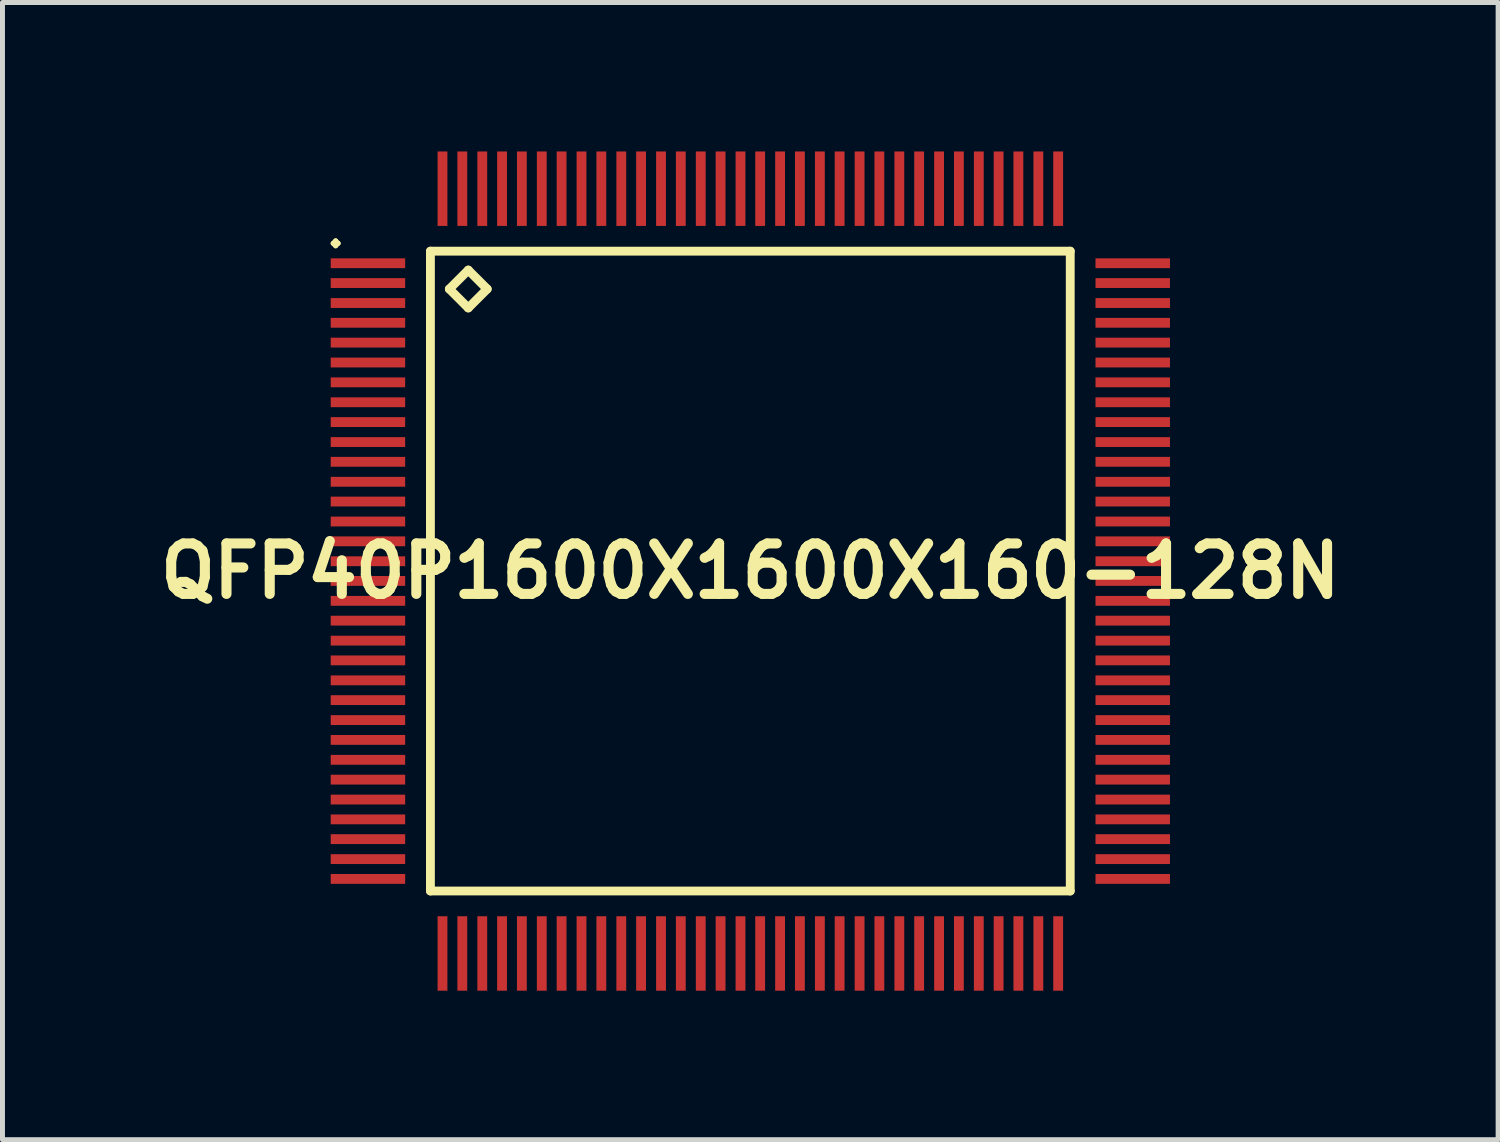
<source format=kicad_pcb>
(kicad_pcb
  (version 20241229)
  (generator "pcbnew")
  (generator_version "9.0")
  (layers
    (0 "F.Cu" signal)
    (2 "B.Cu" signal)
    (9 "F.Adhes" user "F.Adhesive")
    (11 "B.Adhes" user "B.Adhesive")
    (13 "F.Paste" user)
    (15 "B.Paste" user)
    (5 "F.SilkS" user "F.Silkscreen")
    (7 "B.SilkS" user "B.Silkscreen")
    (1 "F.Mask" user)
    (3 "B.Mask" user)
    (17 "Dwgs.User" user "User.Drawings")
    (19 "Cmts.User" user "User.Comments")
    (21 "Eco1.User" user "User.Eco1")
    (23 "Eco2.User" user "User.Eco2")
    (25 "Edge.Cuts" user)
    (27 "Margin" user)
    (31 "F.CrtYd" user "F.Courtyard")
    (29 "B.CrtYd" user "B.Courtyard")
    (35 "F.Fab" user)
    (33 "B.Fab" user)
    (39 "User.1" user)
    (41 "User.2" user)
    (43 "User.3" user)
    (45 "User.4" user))
  (footprint "QFP40P1600X1600X160-128N"
    (layer "F.Cu")
    (at 12.057 8.448)
    (property "Reference" "QFP40P1600X1600X160-128N" (at 0 0 0) (layer "F.SilkS") (effects (font (size 1.016 1.016) (thickness 0.203))))
    (attr smd)
    (fp_line (start -8.4 -6.599) (end -8.349 -6.65) (stroke (width 0.099) (type solid)) (layer "F.SilkS"))
    (fp_line (start -8.349 -6.65) (end -8.298 -6.599) (stroke (width 0.099) (type solid)) (layer "F.SilkS"))
    (fp_line (start -8.349 -6.548) (end -8.4 -6.599) (stroke (width 0.099) (type solid)) (layer "F.SilkS"))
    (fp_line (start -8.298 -6.599) (end -8.349 -6.548) (stroke (width 0.099) (type solid)) (layer "F.SilkS"))
    (fp_line (start -6.441 -6.441) (end -6.441 6.441) (stroke (width 0.178) (type solid)) (layer "F.SilkS"))
    (fp_line (start -6.441 6.441) (end 6.441 6.441) (stroke (width 0.178) (type solid)) (layer "F.SilkS"))
    (fp_line (start -6.06 -5.679) (end -5.679 -6.06) (stroke (width 0.178) (type solid)) (layer "F.SilkS"))
    (fp_line (start -5.679 -6.06) (end -5.298 -5.679) (stroke (width 0.178) (type solid)) (layer "F.SilkS"))
    (fp_line (start -5.679 -5.298) (end -6.06 -5.679) (stroke (width 0.178) (type solid)) (layer "F.SilkS"))
    (fp_line (start -5.298 -5.679) (end -5.679 -5.298) (stroke (width 0.178) (type solid)) (layer "F.SilkS"))
    (fp_line (start 6.441 -6.441) (end -6.441 -6.441) (stroke (width 0.178) (type solid)) (layer "F.SilkS"))
    (fp_line (start 6.441 6.441) (end 6.441 -6.441) (stroke (width 0.178) (type solid)) (layer "F.SilkS"))
    (pad "1" smd rect (at -7.699 -6.198) (size 1.499 0.198) (layers "F.Cu" "F.Mask" "F.Paste"))
    (pad "2" smd rect (at -7.699 -5.799) (size 1.499 0.198) (layers "F.Cu" "F.Mask" "F.Paste"))
    (pad "3" smd rect (at -7.699 -5.397) (size 1.499 0.198) (layers "F.Cu" "F.Mask" "F.Paste"))
    (pad "4" smd rect (at -7.699 -4.999) (size 1.499 0.198) (layers "F.Cu" "F.Mask" "F.Paste"))
    (pad "5" smd rect (at -7.699 -4.6) (size 1.499 0.198) (layers "F.Cu" "F.Mask" "F.Paste"))
    (pad "6" smd rect (at -7.699 -4.199) (size 1.499 0.198) (layers "F.Cu" "F.Mask" "F.Paste"))
    (pad "7" smd rect (at -7.699 -3.8) (size 1.499 0.198) (layers "F.Cu" "F.Mask" "F.Paste"))
    (pad "8" smd rect (at -7.699 -3.399) (size 1.499 0.198) (layers "F.Cu" "F.Mask" "F.Paste"))
    (pad "9" smd rect (at -7.699 -3) (size 1.499 0.198) (layers "F.Cu" "F.Mask" "F.Paste"))
    (pad "10" smd rect (at -7.699 -2.598) (size 1.499 0.198) (layers "F.Cu" "F.Mask" "F.Paste"))
    (pad "11" smd rect (at -7.699 -2.2) (size 1.499 0.198) (layers "F.Cu" "F.Mask" "F.Paste"))
    (pad "12" smd rect (at -7.699 -1.798) (size 1.499 0.198) (layers "F.Cu" "F.Mask" "F.Paste"))
    (pad "13" smd rect (at -7.699 -1.4) (size 1.499 0.198) (layers "F.Cu" "F.Mask" "F.Paste"))
    (pad "14" smd rect (at -7.699 -0.998) (size 1.499 0.198) (layers "F.Cu" "F.Mask" "F.Paste"))
    (pad "15" smd rect (at -7.699 -0.599) (size 1.499 0.198) (layers "F.Cu" "F.Mask" "F.Paste"))
    (pad "16" smd rect (at -7.699 -0.198) (size 1.499 0.198) (layers "F.Cu" "F.Mask" "F.Paste"))
    (pad "17" smd rect (at -7.699 0.198) (size 1.499 0.198) (layers "F.Cu" "F.Mask" "F.Paste"))
    (pad "18" smd rect (at -7.699 0.599) (size 1.499 0.198) (layers "F.Cu" "F.Mask" "F.Paste"))
    (pad "19" smd rect (at -7.699 0.998) (size 1.499 0.198) (layers "F.Cu" "F.Mask" "F.Paste"))
    (pad "20" smd rect (at -7.699 1.4) (size 1.499 0.198) (layers "F.Cu" "F.Mask" "F.Paste"))
    (pad "21" smd rect (at -7.699 1.798) (size 1.499 0.198) (layers "F.Cu" "F.Mask" "F.Paste"))
    (pad "22" smd rect (at -7.699 2.2) (size 1.499 0.198) (layers "F.Cu" "F.Mask" "F.Paste"))
    (pad "23" smd rect (at -7.699 2.598) (size 1.499 0.198) (layers "F.Cu" "F.Mask" "F.Paste"))
    (pad "24" smd rect (at -7.699 3) (size 1.499 0.198) (layers "F.Cu" "F.Mask" "F.Paste"))
    (pad "25" smd rect (at -7.699 3.399) (size 1.499 0.198) (layers "F.Cu" "F.Mask" "F.Paste"))
    (pad "26" smd rect (at -7.699 3.8) (size 1.499 0.198) (layers "F.Cu" "F.Mask" "F.Paste"))
    (pad "27" smd rect (at -7.699 4.199) (size 1.499 0.198) (layers "F.Cu" "F.Mask" "F.Paste"))
    (pad "28" smd rect (at -7.699 4.6) (size 1.499 0.198) (layers "F.Cu" "F.Mask" "F.Paste"))
    (pad "29" smd rect (at -7.699 4.999) (size 1.499 0.198) (layers "F.Cu" "F.Mask" "F.Paste"))
    (pad "30" smd rect (at -7.699 5.397) (size 1.499 0.198) (layers "F.Cu" "F.Mask" "F.Paste"))
    (pad "31" smd rect (at -7.699 5.799) (size 1.499 0.198) (layers "F.Cu" "F.Mask" "F.Paste"))
    (pad "32" smd rect (at -7.699 6.198) (size 1.499 0.198) (layers "F.Cu" "F.Mask" "F.Paste"))
    (pad "33" smd rect (at -6.198 7.699) (size 0.198 1.499) (layers "F.Cu" "F.Mask" "F.Paste"))
    (pad "34" smd rect (at -5.799 7.699) (size 0.198 1.499) (layers "F.Cu" "F.Mask" "F.Paste"))
    (pad "35" smd rect (at -5.397 7.699) (size 0.198 1.499) (layers "F.Cu" "F.Mask" "F.Paste"))
    (pad "36" smd rect (at -4.999 7.699) (size 0.198 1.499) (layers "F.Cu" "F.Mask" "F.Paste"))
    (pad "37" smd rect (at -4.6 7.699) (size 0.198 1.499) (layers "F.Cu" "F.Mask" "F.Paste"))
    (pad "38" smd rect (at -4.199 7.699) (size 0.198 1.499) (layers "F.Cu" "F.Mask" "F.Paste"))
    (pad "39" smd rect (at -3.8 7.699) (size 0.198 1.499) (layers "F.Cu" "F.Mask" "F.Paste"))
    (pad "40" smd rect (at -3.399 7.699) (size 0.198 1.499) (layers "F.Cu" "F.Mask" "F.Paste"))
    (pad "41" smd rect (at -3 7.699) (size 0.198 1.499) (layers "F.Cu" "F.Mask" "F.Paste"))
    (pad "42" smd rect (at -2.598 7.699) (size 0.198 1.499) (layers "F.Cu" "F.Mask" "F.Paste"))
    (pad "43" smd rect (at -2.2 7.699) (size 0.198 1.499) (layers "F.Cu" "F.Mask" "F.Paste"))
    (pad "44" smd rect (at -1.798 7.699) (size 0.198 1.499) (layers "F.Cu" "F.Mask" "F.Paste"))
    (pad "45" smd rect (at -1.4 7.699) (size 0.198 1.499) (layers "F.Cu" "F.Mask" "F.Paste"))
    (pad "46" smd rect (at -0.998 7.699) (size 0.198 1.499) (layers "F.Cu" "F.Mask" "F.Paste"))
    (pad "47" smd rect (at -0.599 7.699) (size 0.198 1.499) (layers "F.Cu" "F.Mask" "F.Paste"))
    (pad "48" smd rect (at -0.198 7.699) (size 0.198 1.499) (layers "F.Cu" "F.Mask" "F.Paste"))
    (pad "49" smd rect (at 0.198 7.699) (size 0.198 1.499) (layers "F.Cu" "F.Mask" "F.Paste"))
    (pad "50" smd rect (at 0.599 7.699) (size 0.198 1.499) (layers "F.Cu" "F.Mask" "F.Paste"))
    (pad "51" smd rect (at 0.998 7.699) (size 0.198 1.499) (layers "F.Cu" "F.Mask" "F.Paste"))
    (pad "52" smd rect (at 1.4 7.699) (size 0.198 1.499) (layers "F.Cu" "F.Mask" "F.Paste"))
    (pad "53" smd rect (at 1.798 7.699) (size 0.198 1.499) (layers "F.Cu" "F.Mask" "F.Paste"))
    (pad "54" smd rect (at 2.2 7.699) (size 0.198 1.499) (layers "F.Cu" "F.Mask" "F.Paste"))
    (pad "55" smd rect (at 2.598 7.699) (size 0.198 1.499) (layers "F.Cu" "F.Mask" "F.Paste"))
    (pad "56" smd rect (at 3 7.699) (size 0.198 1.499) (layers "F.Cu" "F.Mask" "F.Paste"))
    (pad "57" smd rect (at 3.399 7.699) (size 0.198 1.499) (layers "F.Cu" "F.Mask" "F.Paste"))
    (pad "58" smd rect (at 3.8 7.699) (size 0.198 1.499) (layers "F.Cu" "F.Mask" "F.Paste"))
    (pad "59" smd rect (at 4.199 7.699) (size 0.198 1.499) (layers "F.Cu" "F.Mask" "F.Paste"))
    (pad "60" smd rect (at 4.6 7.699) (size 0.198 1.499) (layers "F.Cu" "F.Mask" "F.Paste"))
    (pad "61" smd rect (at 4.999 7.699) (size 0.198 1.499) (layers "F.Cu" "F.Mask" "F.Paste"))
    (pad "62" smd rect (at 5.397 7.699) (size 0.198 1.499) (layers "F.Cu" "F.Mask" "F.Paste"))
    (pad "63" smd rect (at 5.799 7.699) (size 0.198 1.499) (layers "F.Cu" "F.Mask" "F.Paste"))
    (pad "64" smd rect (at 6.198 7.699) (size 0.198 1.499) (layers "F.Cu" "F.Mask" "F.Paste"))
    (pad "65" smd rect (at 7.699 6.198) (size 1.499 0.198) (layers "F.Cu" "F.Mask" "F.Paste"))
    (pad "66" smd rect (at 7.699 5.799) (size 1.499 0.198) (layers "F.Cu" "F.Mask" "F.Paste"))
    (pad "67" smd rect (at 7.699 5.397) (size 1.499 0.198) (layers "F.Cu" "F.Mask" "F.Paste"))
    (pad "68" smd rect (at 7.699 4.999) (size 1.499 0.198) (layers "F.Cu" "F.Mask" "F.Paste"))
    (pad "69" smd rect (at 7.699 4.6) (size 1.499 0.198) (layers "F.Cu" "F.Mask" "F.Paste"))
    (pad "70" smd rect (at 7.699 4.199) (size 1.499 0.198) (layers "F.Cu" "F.Mask" "F.Paste"))
    (pad "71" smd rect (at 7.699 3.8) (size 1.499 0.198) (layers "F.Cu" "F.Mask" "F.Paste"))
    (pad "72" smd rect (at 7.699 3.399) (size 1.499 0.198) (layers "F.Cu" "F.Mask" "F.Paste"))
    (pad "73" smd rect (at 7.699 3) (size 1.499 0.198) (layers "F.Cu" "F.Mask" "F.Paste"))
    (pad "74" smd rect (at 7.699 2.598) (size 1.499 0.198) (layers "F.Cu" "F.Mask" "F.Paste"))
    (pad "75" smd rect (at 7.699 2.2) (size 1.499 0.198) (layers "F.Cu" "F.Mask" "F.Paste"))
    (pad "76" smd rect (at 7.699 1.798) (size 1.499 0.198) (layers "F.Cu" "F.Mask" "F.Paste"))
    (pad "77" smd rect (at 7.699 1.4) (size 1.499 0.198) (layers "F.Cu" "F.Mask" "F.Paste"))
    (pad "78" smd rect (at 7.699 0.998) (size 1.499 0.198) (layers "F.Cu" "F.Mask" "F.Paste"))
    (pad "79" smd rect (at 7.699 0.599) (size 1.499 0.198) (layers "F.Cu" "F.Mask" "F.Paste"))
    (pad "80" smd rect (at 7.699 0.198) (size 1.499 0.198) (layers "F.Cu" "F.Mask" "F.Paste"))
    (pad "81" smd rect (at 7.699 -0.198) (size 1.499 0.198) (layers "F.Cu" "F.Mask" "F.Paste"))
    (pad "82" smd rect (at 7.699 -0.599) (size 1.499 0.198) (layers "F.Cu" "F.Mask" "F.Paste"))
    (pad "83" smd rect (at 7.699 -0.998) (size 1.499 0.198) (layers "F.Cu" "F.Mask" "F.Paste"))
    (pad "84" smd rect (at 7.699 -1.4) (size 1.499 0.198) (layers "F.Cu" "F.Mask" "F.Paste"))
    (pad "85" smd rect (at 7.699 -1.798) (size 1.499 0.198) (layers "F.Cu" "F.Mask" "F.Paste"))
    (pad "86" smd rect (at 7.699 -2.2) (size 1.499 0.198) (layers "F.Cu" "F.Mask" "F.Paste"))
    (pad "87" smd rect (at 7.699 -2.598) (size 1.499 0.198) (layers "F.Cu" "F.Mask" "F.Paste"))
    (pad "88" smd rect (at 7.699 -3) (size 1.499 0.198) (layers "F.Cu" "F.Mask" "F.Paste"))
    (pad "89" smd rect (at 7.699 -3.399) (size 1.499 0.198) (layers "F.Cu" "F.Mask" "F.Paste"))
    (pad "90" smd rect (at 7.699 -3.8) (size 1.499 0.198) (layers "F.Cu" "F.Mask" "F.Paste"))
    (pad "91" smd rect (at 7.699 -4.199) (size 1.499 0.198) (layers "F.Cu" "F.Mask" "F.Paste"))
    (pad "92" smd rect (at 7.699 -4.6) (size 1.499 0.198) (layers "F.Cu" "F.Mask" "F.Paste"))
    (pad "93" smd rect (at 7.699 -4.999) (size 1.499 0.198) (layers "F.Cu" "F.Mask" "F.Paste"))
    (pad "94" smd rect (at 7.699 -5.397) (size 1.499 0.198) (layers "F.Cu" "F.Mask" "F.Paste"))
    (pad "95" smd rect (at 7.699 -5.799) (size 1.499 0.198) (layers "F.Cu" "F.Mask" "F.Paste"))
    (pad "96" smd rect (at 7.699 -6.198) (size 1.499 0.198) (layers "F.Cu" "F.Mask" "F.Paste"))
    (pad "97" smd rect (at 6.198 -7.699) (size 0.198 1.499) (layers "F.Cu" "F.Mask" "F.Paste"))
    (pad "98" smd rect (at 5.799 -7.699) (size 0.198 1.499) (layers "F.Cu" "F.Mask" "F.Paste"))
    (pad "99" smd rect (at 5.397 -7.699) (size 0.198 1.499) (layers "F.Cu" "F.Mask" "F.Paste"))
    (pad "100" smd rect (at 4.999 -7.699) (size 0.198 1.499) (layers "F.Cu" "F.Mask" "F.Paste"))
    (pad "101" smd rect (at 4.6 -7.699) (size 0.198 1.499) (layers "F.Cu" "F.Mask" "F.Paste"))
    (pad "102" smd rect (at 4.199 -7.699) (size 0.198 1.499) (layers "F.Cu" "F.Mask" "F.Paste"))
    (pad "103" smd rect (at 3.8 -7.699) (size 0.198 1.499) (layers "F.Cu" "F.Mask" "F.Paste"))
    (pad "104" smd rect (at 3.399 -7.699) (size 0.198 1.499) (layers "F.Cu" "F.Mask" "F.Paste"))
    (pad "105" smd rect (at 3 -7.699) (size 0.198 1.499) (layers "F.Cu" "F.Mask" "F.Paste"))
    (pad "106" smd rect (at 2.598 -7.699) (size 0.198 1.499) (layers "F.Cu" "F.Mask" "F.Paste"))
    (pad "107" smd rect (at 2.2 -7.699) (size 0.198 1.499) (layers "F.Cu" "F.Mask" "F.Paste"))
    (pad "108" smd rect (at 1.798 -7.699) (size 0.198 1.499) (layers "F.Cu" "F.Mask" "F.Paste"))
    (pad "109" smd rect (at 1.4 -7.699) (size 0.198 1.499) (layers "F.Cu" "F.Mask" "F.Paste"))
    (pad "110" smd rect (at 0.998 -7.699) (size 0.198 1.499) (layers "F.Cu" "F.Mask" "F.Paste"))
    (pad "111" smd rect (at 0.599 -7.699) (size 0.198 1.499) (layers "F.Cu" "F.Mask" "F.Paste"))
    (pad "112" smd rect (at 0.198 -7.699) (size 0.198 1.499) (layers "F.Cu" "F.Mask" "F.Paste"))
    (pad "113" smd rect (at -0.198 -7.699) (size 0.198 1.499) (layers "F.Cu" "F.Mask" "F.Paste"))
    (pad "114" smd rect (at -0.599 -7.699) (size 0.198 1.499) (layers "F.Cu" "F.Mask" "F.Paste"))
    (pad "115" smd rect (at -0.998 -7.699) (size 0.198 1.499) (layers "F.Cu" "F.Mask" "F.Paste"))
    (pad "116" smd rect (at -1.4 -7.699) (size 0.198 1.499) (layers "F.Cu" "F.Mask" "F.Paste"))
    (pad "117" smd rect (at -1.798 -7.699) (size 0.198 1.499) (layers "F.Cu" "F.Mask" "F.Paste"))
    (pad "118" smd rect (at -2.2 -7.699) (size 0.198 1.499) (layers "F.Cu" "F.Mask" "F.Paste"))
    (pad "119" smd rect (at -2.598 -7.699) (size 0.198 1.499) (layers "F.Cu" "F.Mask" "F.Paste"))
    (pad "120" smd rect (at -3 -7.699) (size 0.198 1.499) (layers "F.Cu" "F.Mask" "F.Paste"))
    (pad "121" smd rect (at -3.399 -7.699) (size 0.198 1.499) (layers "F.Cu" "F.Mask" "F.Paste"))
    (pad "122" smd rect (at -3.8 -7.699) (size 0.198 1.499) (layers "F.Cu" "F.Mask" "F.Paste"))
    (pad "123" smd rect (at -4.199 -7.699) (size 0.198 1.499) (layers "F.Cu" "F.Mask" "F.Paste"))
    (pad "124" smd rect (at -4.6 -7.699) (size 0.198 1.499) (layers "F.Cu" "F.Mask" "F.Paste"))
    (pad "125" smd rect (at -4.999 -7.699) (size 0.198 1.499) (layers "F.Cu" "F.Mask" "F.Paste"))
    (pad "126" smd rect (at -5.397 -7.699) (size 0.198 1.499) (layers "F.Cu" "F.Mask" "F.Paste"))
    (pad "127" smd rect (at -5.799 -7.699) (size 0.198 1.499) (layers "F.Cu" "F.Mask" "F.Paste"))
    (pad "128" smd rect (at -6.198 -7.699) (size 0.198 1.499) (layers "F.Cu" "F.Mask" "F.Paste")))
  (gr_rect
    (start -3 -3)
    (end 27.113 19.896)
    (stroke (width 0.1) (type default))
    (fill no)
    (layer "Edge.Cuts")))
</source>
